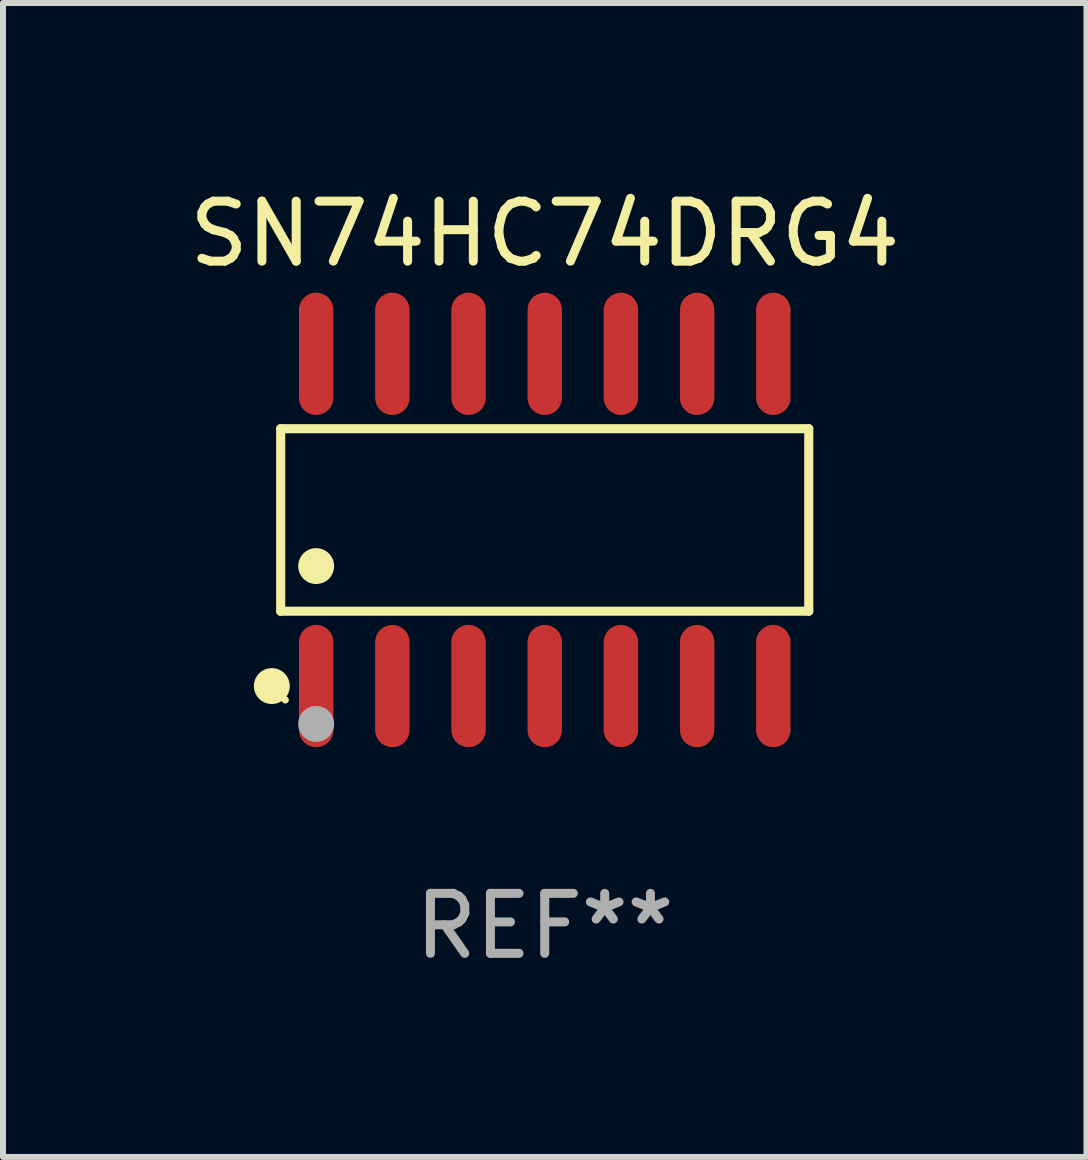
<source format=kicad_pcb>
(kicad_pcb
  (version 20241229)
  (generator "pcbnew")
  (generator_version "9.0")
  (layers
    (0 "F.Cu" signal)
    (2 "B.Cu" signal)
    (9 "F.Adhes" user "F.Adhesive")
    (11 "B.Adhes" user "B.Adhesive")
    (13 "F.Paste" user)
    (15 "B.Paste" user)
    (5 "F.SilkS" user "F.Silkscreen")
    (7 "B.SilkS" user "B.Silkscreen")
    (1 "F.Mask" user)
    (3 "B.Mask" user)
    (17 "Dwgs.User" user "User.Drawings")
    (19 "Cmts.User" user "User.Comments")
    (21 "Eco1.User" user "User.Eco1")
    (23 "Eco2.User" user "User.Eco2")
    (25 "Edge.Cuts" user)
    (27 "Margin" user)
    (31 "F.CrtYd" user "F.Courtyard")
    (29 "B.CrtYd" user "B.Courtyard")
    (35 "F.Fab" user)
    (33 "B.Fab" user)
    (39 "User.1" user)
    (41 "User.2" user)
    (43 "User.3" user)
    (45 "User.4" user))
  (footprint "SN74HC74DRG4"
    (layer "F.Cu")
    (at 6.03 5.617)
    (property "Reference" "SN74HC74DRG4" (at 0 -4.769 0) (layer "F.SilkS") (effects (font (size 1 1) (thickness 0.15))))
    (attr through_hole)
    (fp_line (start -4.401 -1.521) (end 4.401 -1.521) (stroke (width 0.152) (type solid)) (layer "F.SilkS"))
    (fp_line (start -4.401 1.521) (end -4.401 -1.521) (stroke (width 0.152) (type solid)) (layer "F.SilkS"))
    (fp_line (start 4.401 -1.521) (end 4.401 1.521) (stroke (width 0.152) (type solid)) (layer "F.SilkS"))
    (fp_line (start 4.401 1.521) (end -4.401 1.521) (stroke (width 0.152) (type solid)) (layer "F.SilkS"))
    (fp_circle (center -4.549 2.769) (end -4.399 2.769) (stroke (width 0.3) (type solid)) (fill no) (layer "F.SilkS"))
    (fp_circle (center -4.325 3) (end -4.295 3) (stroke (width 0.06) (type solid)) (fill no) (layer "F.SilkS"))
    (fp_circle (center -3.81 0.769) (end -3.66 0.769) (stroke (width 0.3) (type solid)) (fill no) (layer "F.SilkS"))
    (fp_circle (center -3.81 3.4) (end -3.66 3.4) (stroke (width 0.3) (type solid)) (fill no) (layer "F.Fab"))
    (fp_text user "REF**" (at 0 6.769 0) (layer "F.Fab") (effects (font (size 1 1) (thickness 0.15))))
    (pad "1" smd oval (at -3.81 2.769) (size 0.574 2.038) (layers "F.Cu" "F.Mask" "F.Paste"))
    (pad "2" smd oval (at -2.54 2.769) (size 0.574 2.038) (layers "F.Cu" "F.Mask" "F.Paste"))
    (pad "3" smd oval (at -1.27 2.769) (size 0.574 2.038) (layers "F.Cu" "F.Mask" "F.Paste"))
    (pad "4" smd oval (at 0 2.769) (size 0.574 2.038) (layers "F.Cu" "F.Mask" "F.Paste"))
    (pad "5" smd oval (at 1.27 2.769) (size 0.574 2.038) (layers "F.Cu" "F.Mask" "F.Paste"))
    (pad "6" smd oval (at 2.54 2.769) (size 0.574 2.038) (layers "F.Cu" "F.Mask" "F.Paste"))
    (pad "7" smd oval (at 3.81 2.769) (size 0.574 2.038) (layers "F.Cu" "F.Mask" "F.Paste"))
    (pad "8" smd oval (at 3.81 -2.769) (size 0.574 2.038) (layers "F.Cu" "F.Mask" "F.Paste"))
    (pad "9" smd oval (at 2.54 -2.769) (size 0.574 2.038) (layers "F.Cu" "F.Mask" "F.Paste"))
    (pad "10" smd oval (at 1.27 -2.769) (size 0.574 2.038) (layers "F.Cu" "F.Mask" "F.Paste"))
    (pad "11" smd oval (at 0 -2.769) (size 0.574 2.038) (layers "F.Cu" "F.Mask" "F.Paste"))
    (pad "12" smd oval (at -1.27 -2.769) (size 0.574 2.038) (layers "F.Cu" "F.Mask" "F.Paste"))
    (pad "13" smd oval (at -2.54 -2.769) (size 0.574 2.038) (layers "F.Cu" "F.Mask" "F.Paste"))
    (pad "14" smd oval (at -3.81 -2.769) (size 0.574 2.038) (layers "F.Cu" "F.Mask" "F.Paste")))
  (gr_rect
    (start -3 -3)
    (end 15.06 16.235)
    (stroke (width 0.1) (type default))
    (fill no)
    (layer "Edge.Cuts")))
</source>
